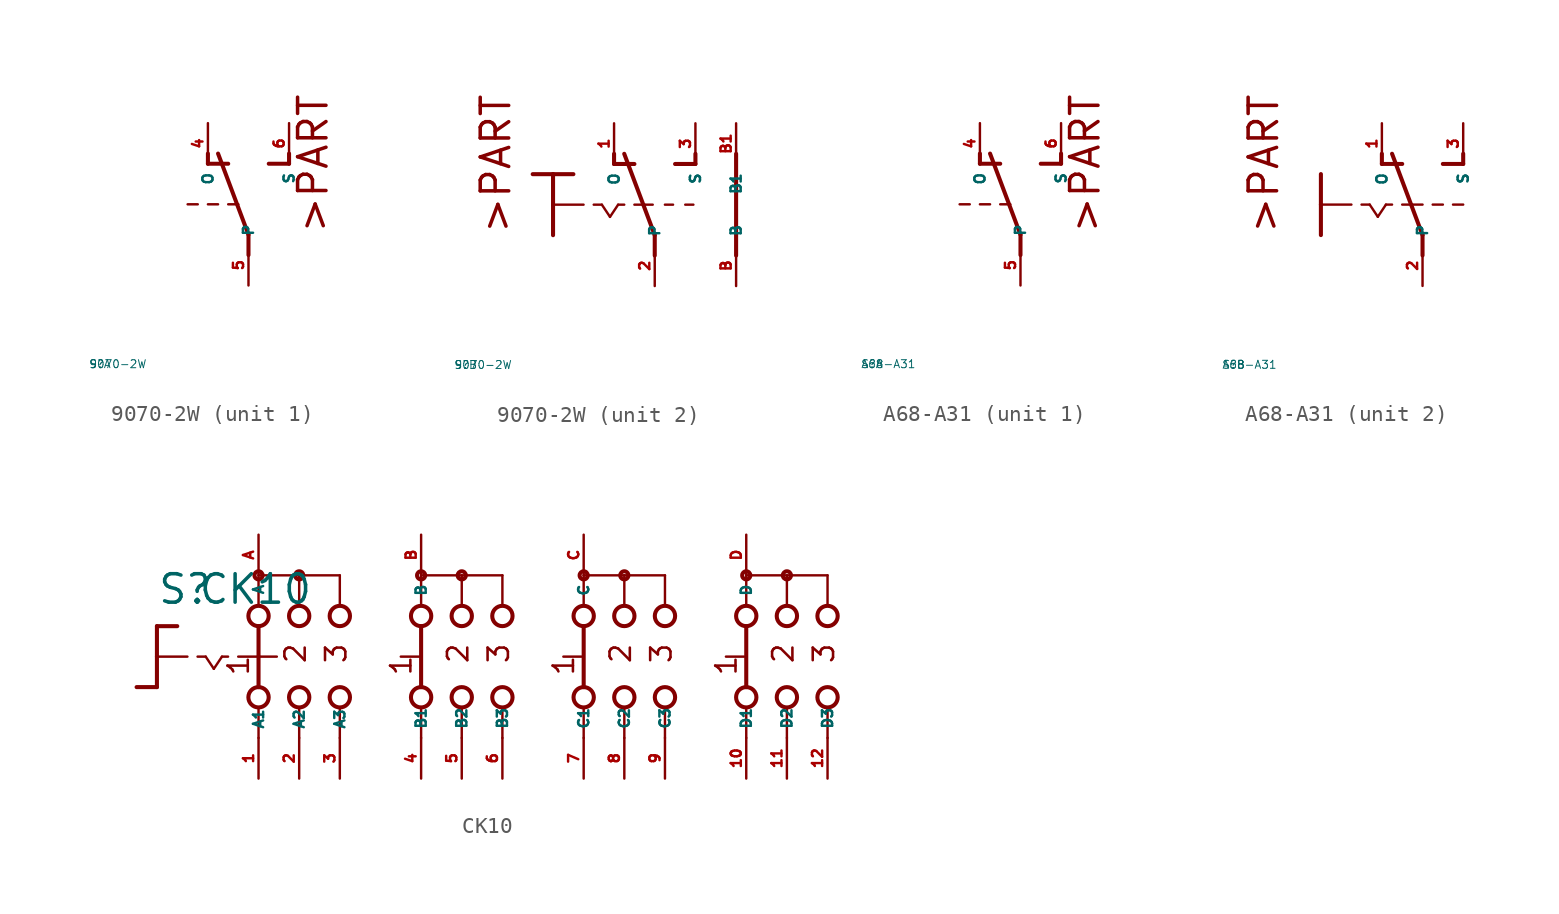
<source format=kicad_sym>
(kicad_symbol_lib
  (version 20220914)
  (generator Eagle2Kicad)
  (symbol "9070-2W"
    (property "Reference" "S"
      (at -10 -10 0)
      (effects (font (size 0.5 0.5) (thickness 0.06)) (justify left)))
    (property "Value" "9070-2W"
      (at -10 -10 0)
      (effects (font (size 0.5 0.5) (thickness 0.06)) (justify left)))
    (symbol "9070-2W_1_0"
      (polyline (pts (xy 0 -3.175) (xy 0 -1.905)) (stroke (width 0.254) (type default)) (fill (type none)))
      (polyline (pts (xy 0 -1.905) (xy -1.905 3.175)) (stroke (width 0.254) (type default)) (fill (type none)))
      (polyline (pts (xy 1.27 2.54) (xy 2.54 2.54)) (stroke (width 0.254) (type default)) (fill (type none)))
      (polyline (pts (xy 2.54 2.54) (xy 2.54 3.175)) (stroke (width 0.254) (type default)) (fill (type none)))
      (polyline (pts (xy -2.54 2.54) (xy -1.27 2.54)) (stroke (width 0.254) (type default)) (fill (type none)))
      (polyline (pts (xy -2.54 2.54) (xy -2.54 3.175)) (stroke (width 0.254) (type default)) (fill (type none)))
      (polyline (pts (xy -0.635 0) (xy -1.27 0)) (stroke (width 0.152) (type default)) (fill (type none)))
      (polyline (pts (xy -1.905 0) (xy -2.54 0)) (stroke (width 0.152) (type default)) (fill (type none)))
      (polyline (pts (xy -3.175 0) (xy -3.81 0)) (stroke (width 0.152) (type default)) (fill (type none)))
      (text ">PART" (at 5.08 -1.905 900) (effects (font (size 1.778 1.778) (thickness 0.22)) (justify left bottom)))
      (pin passive line (at 0 -5.08 90) (length 2.54) (name "P" (effects (font (size 0.635 0.635) (thickness 0.08)) (justify left bottom))) (number "5" (effects (font (size 0.635 0.635) (thickness 0.08)) (justify left bottom))))
      (pin passive line (at 2.54 5.08 270) (length 2.54) (name "S" (effects (font (size 0.635 0.635) (thickness 0.08)) (justify left bottom))) (number "6" (effects (font (size 0.635 0.635) (thickness 0.08)) (justify left bottom))))
      (pin passive line (at -2.54 5.08 270) (length 2.54) (name "O" (effects (font (size 0.635 0.635) (thickness 0.08)) (justify left bottom))) (number "4" (effects (font (size 0.635 0.635) (thickness 0.08)) (justify left bottom)))))
    (symbol "9070-2W_2_0"
      (polyline (pts (xy -3.81 1.905) (xy -2.54 1.905)) (stroke (width 0.254) (type default)) (fill (type none)))
      (polyline (pts (xy -3.81 1.905) (xy -3.81 0)) (stroke (width 0.254) (type default)) (fill (type none)))
      (polyline (pts (xy -3.81 0) (xy -1.905 0)) (stroke (width 0.152) (type default)) (fill (type none)))
      (polyline (pts (xy -3.81 0) (xy -3.81 -1.905)) (stroke (width 0.254) (type default)) (fill (type none)))
      (polyline (pts (xy -1.27 0) (xy -0.762 0)) (stroke (width 0.152) (type default)) (fill (type none)))
      (polyline (pts (xy -5.08 1.905) (xy -3.81 1.905)) (stroke (width 0.254) (type default)) (fill (type none)))
      (polyline (pts (xy 0.254 0) (xy 0.635 0)) (stroke (width 0.152) (type default)) (fill (type none)))
      (polyline (pts (xy 1.27 0) (xy 1.905 0)) (stroke (width 0.152) (type default)) (fill (type none)))
      (polyline (pts (xy 2.54 -3.175) (xy 2.54 -1.905)) (stroke (width 0.254) (type default)) (fill (type none)))
      (polyline (pts (xy 2.54 -1.905) (xy 0.635 3.175)) (stroke (width 0.254) (type default)) (fill (type none)))
      (polyline (pts (xy 3.81 2.54) (xy 5.08 2.54)) (stroke (width 0.254) (type default)) (fill (type none)))
      (polyline (pts (xy 5.08 2.54) (xy 5.08 3.175)) (stroke (width 0.254) (type default)) (fill (type none)))
      (polyline (pts (xy 0 2.54) (xy 1.27 2.54)) (stroke (width 0.254) (type default)) (fill (type none)))
      (polyline (pts (xy 0 2.54) (xy 0 3.175)) (stroke (width 0.254) (type default)) (fill (type none)))
      (polyline (pts (xy -0.762 0) (xy -0.254 -0.762)) (stroke (width 0.152) (type default)) (fill (type none)))
      (polyline (pts (xy -0.254 -0.762) (xy 0.254 0)) (stroke (width 0.152) (type default)) (fill (type none)))
      (polyline (pts (xy 1.905 0) (xy 2.413 0)) (stroke (width 0.152) (type default)) (fill (type none)))
      (polyline (pts (xy 3.175 0) (xy 3.683 0)) (stroke (width 0.152) (type default)) (fill (type none)))
      (polyline (pts (xy 4.445 0) (xy 4.953 0)) (stroke (width 0.152) (type default)) (fill (type none)))
      (polyline (pts (xy 7.62 -3.175) (xy 7.62 3.175)) (stroke (width 0.254) (type default)) (fill (type none)))
      (text ">PART" (at -6.35 -1.905 900) (effects (font (size 1.778 1.778) (thickness 0.22)) (justify left bottom)))
      (pin passive line (at 2.54 -5.08 90) (length 2.54) (name "P" (effects (font (size 0.635 0.635) (thickness 0.08)) (justify left bottom))) (number "2" (effects (font (size 0.635 0.635) (thickness 0.08)) (justify left bottom))))
      (pin passive line (at 5.08 5.08 270) (length 2.54) (name "S" (effects (font (size 0.635 0.635) (thickness 0.08)) (justify left bottom))) (number "3" (effects (font (size 0.635 0.635) (thickness 0.08)) (justify left bottom))))
      (pin passive line (at 0 5.08 270) (length 2.54) (name "O" (effects (font (size 0.635 0.635) (thickness 0.08)) (justify left bottom))) (number "1" (effects (font (size 0.635 0.635) (thickness 0.08)) (justify left bottom))))
      (pin passive line (at 7.62 -5.08 90) (length 2.54) (name "B" (effects (font (size 0.635 0.635) (thickness 0.08)) (justify left bottom))) (number "B" (effects (font (size 0.635 0.635) (thickness 0.08)) (justify left bottom))))
      (pin passive line (at 7.62 5.08 270) (length 2.54) (name "B1" (effects (font (size 0.635 0.635) (thickness 0.08)) (justify left bottom))) (number "B1" (effects (font (size 0.635 0.635) (thickness 0.08)) (justify left bottom))))))
  (symbol "A68-A31"
    (property "Reference" "S"
      (at -10 -10 0)
      (effects (font (size 0.5 0.5) (thickness 0.06)) (justify left)))
    (property "Value" "A68-A31"
      (at -10 -10 0)
      (effects (font (size 0.5 0.5) (thickness 0.06)) (justify left)))
    (symbol "A68-A31_1_0"
      (polyline (pts (xy 0 -3.175) (xy 0 -1.905)) (stroke (width 0.254) (type default)) (fill (type none)))
      (polyline (pts (xy 0 -1.905) (xy -1.905 3.175)) (stroke (width 0.254) (type default)) (fill (type none)))
      (polyline (pts (xy 1.27 2.54) (xy 2.54 2.54)) (stroke (width 0.254) (type default)) (fill (type none)))
      (polyline (pts (xy 2.54 2.54) (xy 2.54 3.175)) (stroke (width 0.254) (type default)) (fill (type none)))
      (polyline (pts (xy -2.54 2.54) (xy -1.27 2.54)) (stroke (width 0.254) (type default)) (fill (type none)))
      (polyline (pts (xy -2.54 2.54) (xy -2.54 3.175)) (stroke (width 0.254) (type default)) (fill (type none)))
      (polyline (pts (xy -0.635 0) (xy -1.27 0)) (stroke (width 0.152) (type default)) (fill (type none)))
      (polyline (pts (xy -1.905 0) (xy -2.54 0)) (stroke (width 0.152) (type default)) (fill (type none)))
      (polyline (pts (xy -3.175 0) (xy -3.81 0)) (stroke (width 0.152) (type default)) (fill (type none)))
      (text ">PART" (at 5.08 -1.905 900) (effects (font (size 1.778 1.778) (thickness 0.22)) (justify left bottom)))
      (pin passive line (at 0 -5.08 90) (length 2.54) (name "P" (effects (font (size 0.635 0.635) (thickness 0.08)) (justify left bottom))) (number "5" (effects (font (size 0.635 0.635) (thickness 0.08)) (justify left bottom))))
      (pin passive line (at 2.54 5.08 270) (length 2.54) (name "S" (effects (font (size 0.635 0.635) (thickness 0.08)) (justify left bottom))) (number "6" (effects (font (size 0.635 0.635) (thickness 0.08)) (justify left bottom))))
      (pin passive line (at -2.54 5.08 270) (length 2.54) (name "O" (effects (font (size 0.635 0.635) (thickness 0.08)) (justify left bottom))) (number "4" (effects (font (size 0.635 0.635) (thickness 0.08)) (justify left bottom)))))
    (symbol "A68-A31_2_0"
      (polyline (pts (xy -3.81 1.905) (xy -3.81 0)) (stroke (width 0.254) (type default)) (fill (type none)))
      (polyline (pts (xy -3.81 0) (xy -1.905 0)) (stroke (width 0.152) (type default)) (fill (type none)))
      (polyline (pts (xy -3.81 0) (xy -3.81 -1.905)) (stroke (width 0.254) (type default)) (fill (type none)))
      (polyline (pts (xy -1.27 0) (xy -0.762 0)) (stroke (width 0.152) (type default)) (fill (type none)))
      (polyline (pts (xy 0.254 0) (xy 0.635 0)) (stroke (width 0.152) (type default)) (fill (type none)))
      (polyline (pts (xy 2.54 -3.175) (xy 2.54 -1.905)) (stroke (width 0.254) (type default)) (fill (type none)))
      (polyline (pts (xy 2.54 -1.905) (xy 0.635 3.175)) (stroke (width 0.254) (type default)) (fill (type none)))
      (polyline (pts (xy 3.81 2.54) (xy 5.08 2.54)) (stroke (width 0.254) (type default)) (fill (type none)))
      (polyline (pts (xy 5.08 2.54) (xy 5.08 3.175)) (stroke (width 0.254) (type default)) (fill (type none)))
      (polyline (pts (xy 0 2.54) (xy 1.27 2.54)) (stroke (width 0.254) (type default)) (fill (type none)))
      (polyline (pts (xy 0 2.54) (xy 0 3.175)) (stroke (width 0.254) (type default)) (fill (type none)))
      (polyline (pts (xy 1.27 0) (xy 1.905 0)) (stroke (width 0.152) (type default)) (fill (type none)))
      (polyline (pts (xy -0.762 0) (xy -0.254 -0.762)) (stroke (width 0.152) (type default)) (fill (type none)))
      (polyline (pts (xy -0.254 -0.762) (xy 0.254 0)) (stroke (width 0.152) (type default)) (fill (type none)))
      (polyline (pts (xy 1.905 0) (xy 2.54 0)) (stroke (width 0.152) (type default)) (fill (type none)))
      (polyline (pts (xy 3.175 0) (xy 3.81 0)) (stroke (width 0.152) (type default)) (fill (type none)))
      (polyline (pts (xy 4.445 0) (xy 5.08 0)) (stroke (width 0.152) (type default)) (fill (type none)))
      (text ">PART" (at -6.35 -1.905 900) (effects (font (size 1.778 1.778) (thickness 0.22)) (justify left bottom)))
      (pin passive line (at 2.54 -5.08 90) (length 2.54) (name "P" (effects (font (size 0.635 0.635) (thickness 0.08)) (justify left bottom))) (number "2" (effects (font (size 0.635 0.635) (thickness 0.08)) (justify left bottom))))
      (pin passive line (at 5.08 5.08 270) (length 2.54) (name "S" (effects (font (size 0.635 0.635) (thickness 0.08)) (justify left bottom))) (number "3" (effects (font (size 0.635 0.635) (thickness 0.08)) (justify left bottom))))
      (pin passive line (at 0 5.08 270) (length 2.54) (name "O" (effects (font (size 0.635 0.635) (thickness 0.08)) (justify left bottom))) (number "1" (effects (font (size 0.635 0.635) (thickness 0.08)) (justify left bottom))))))
  (symbol "CK10"
    (property "Reference" "S"
      (at -19.05 3.175 0)
      (effects (font (size 1.778 1.778) (thickness 0.22)) (justify left bottom)))
    (property "Value" "CK10"
      (at -16.51 3.175 0)
      (effects (font (size 1.778 1.778) (thickness 0.22)) (justify left bottom)))
    (polyline
      (pts (xy -19.05 1.905) (xy -17.78 1.905))
      (stroke (width 0.254) (type default))
      (fill (type none)))
    (polyline
      (pts (xy -19.05 1.905) (xy -19.05 0))
      (stroke (width 0.254) (type default))
      (fill (type none)))
    (polyline
      (pts (xy -19.05 -1.905) (xy -20.32 -1.905))
      (stroke (width 0.254) (type default))
      (fill (type none)))
    (polyline
      (pts (xy -19.05 0) (xy -17.145 0))
      (stroke (width 0.152) (type default))
      (fill (type none)))
    (polyline
      (pts (xy -19.05 0) (xy -19.05 -1.905))
      (stroke (width 0.254) (type default))
      (fill (type none)))
    (polyline
      (pts (xy -16.51 0) (xy -16.002 0))
      (stroke (width 0.152) (type default))
      (fill (type none)))
    (polyline
      (pts (xy -14.986 0) (xy -14.605 0))
      (stroke (width 0.152) (type default))
      (fill (type none)))
    (polyline
      (pts (xy -16.002 0) (xy -15.494 -0.762))
      (stroke (width 0.152) (type default))
      (fill (type none)))
    (polyline
      (pts (xy -15.494 -0.762) (xy -14.986 0))
      (stroke (width 0.152) (type default))
      (fill (type none)))
    (polyline
      (pts (xy 7.62 3.175) (xy 7.62 5.08))
      (stroke (width 0.152) (type default))
      (fill (type none)))
    (polyline
      (pts (xy 7.62 -5.08) (xy 7.62 -3.175))
      (stroke (width 0.152) (type default))
      (fill (type none)))
    (polyline
      (pts (xy 10.16 3.175) (xy 10.16 5.08))
      (stroke (width 0.152) (type default))
      (fill (type none)))
    (polyline
      (pts (xy 12.7 3.175) (xy 12.7 5.08))
      (stroke (width 0.152) (type default))
      (fill (type none)))
    (polyline
      (pts (xy 17.78 3.175) (xy 17.78 5.08))
      (stroke (width 0.152) (type default))
      (fill (type none)))
    (polyline
      (pts (xy 20.32 3.175) (xy 20.32 5.08))
      (stroke (width 0.152) (type default))
      (fill (type none)))
    (polyline
      (pts (xy 22.86 3.175) (xy 22.86 5.08))
      (stroke (width 0.152) (type default))
      (fill (type none)))
    (polyline
      (pts (xy 7.62 5.08) (xy 10.16 5.08))
      (stroke (width 0.152) (type default))
      (fill (type none)))
    (polyline
      (pts (xy 10.16 5.08) (xy 12.7 5.08))
      (stroke (width 0.152) (type default))
      (fill (type none)))
    (polyline
      (pts (xy 17.78 5.08) (xy 20.32 5.08))
      (stroke (width 0.152) (type default))
      (fill (type none)))
    (polyline
      (pts (xy 20.32 5.08) (xy 22.86 5.08))
      (stroke (width 0.152) (type default))
      (fill (type none)))
    (polyline
      (pts (xy 10.16 -5.08) (xy 10.16 -3.175))
      (stroke (width 0.152) (type default))
      (fill (type none)))
    (polyline
      (pts (xy 12.7 -5.08) (xy 12.7 -3.175))
      (stroke (width 0.152) (type default))
      (fill (type none)))
    (polyline
      (pts (xy 17.78 -5.08) (xy 17.78 -3.175))
      (stroke (width 0.152) (type default))
      (fill (type none)))
    (polyline
      (pts (xy 20.32 -5.08) (xy 20.32 -3.175))
      (stroke (width 0.152) (type default))
      (fill (type none)))
    (polyline
      (pts (xy 22.86 -5.08) (xy 22.86 -3.175))
      (stroke (width 0.152) (type default))
      (fill (type none)))
    (polyline
      (pts (xy 7.62 1.905) (xy 7.62 -1.905))
      (stroke (width 0.254) (type default))
      (fill (type none)))
    (polyline
      (pts (xy 6.35 0) (xy 7.493 0))
      (stroke (width 0.152) (type default))
      (fill (type none)))
    (polyline
      (pts (xy 17.78 1.905) (xy 17.78 -1.905))
      (stroke (width 0.254) (type default))
      (fill (type none)))
    (polyline
      (pts (xy 16.51 0) (xy 17.653 0))
      (stroke (width 0.152) (type default))
      (fill (type none)))
    (polyline
      (pts (xy -13.97 0) (xy -12.827 0))
      (stroke (width 0.152) (type default))
      (fill (type none)))
    (polyline
      (pts (xy -10.16 3.175) (xy -10.16 5.08))
      (stroke (width 0.152) (type default))
      (fill (type none)))
    (polyline
      (pts (xy -7.62 3.175) (xy -7.62 5.08))
      (stroke (width 0.152) (type default))
      (fill (type none)))
    (polyline
      (pts (xy -10.16 -5.08) (xy -10.16 -3.175))
      (stroke (width 0.152) (type default))
      (fill (type none)))
    (polyline
      (pts (xy -7.62 -5.08) (xy -7.62 -3.175))
      (stroke (width 0.152) (type default))
      (fill (type none)))
    (polyline
      (pts (xy -7.62 5.08) (xy -10.16 5.08))
      (stroke (width 0.152) (type default))
      (fill (type none)))
    (polyline
      (pts (xy -2.54 -5.08) (xy -2.54 -3.175))
      (stroke (width 0.152) (type default))
      (fill (type none)))
    (polyline
      (pts (xy 0 -5.08) (xy 0 -3.175))
      (stroke (width 0.152) (type default))
      (fill (type none)))
    (polyline
      (pts (xy -2.54 3.175) (xy -2.54 5.08))
      (stroke (width 0.152) (type default))
      (fill (type none)))
    (polyline
      (pts (xy 0 3.175) (xy 0 5.08))
      (stroke (width 0.152) (type default))
      (fill (type none)))
    (polyline
      (pts (xy -2.54 5.08) (xy 0 5.08))
      (stroke (width 0.152) (type default))
      (fill (type none)))
    (polyline
      (pts (xy -12.7 5.08) (xy -12.7 3.175))
      (stroke (width 0.152) (type default))
      (fill (type none)))
    (polyline
      (pts (xy -12.7 1.905) (xy -12.7 0))
      (stroke (width 0.254) (type default))
      (fill (type none)))
    (polyline
      (pts (xy -12.7 -3.175) (xy -12.7 -5.08))
      (stroke (width 0.152) (type default))
      (fill (type none)))
    (polyline
      (pts (xy -10.16 5.08) (xy -12.7 5.08))
      (stroke (width 0.152) (type default))
      (fill (type none)))
    (polyline
      (pts (xy 2.54 3.175) (xy 2.54 5.08))
      (stroke (width 0.152) (type default))
      (fill (type none)))
    (polyline
      (pts (xy 2.54 -5.08) (xy 2.54 -3.175))
      (stroke (width 0.152) (type default))
      (fill (type none)))
    (polyline
      (pts (xy -12.7 0) (xy -11.557 0))
      (stroke (width 0.152) (type default))
      (fill (type none)))
    (polyline
      (pts (xy -12.7 0) (xy -12.7 -1.905))
      (stroke (width 0.254) (type default))
      (fill (type none)))
    (polyline
      (pts (xy -3.81 0) (xy -2.667 0))
      (stroke (width 0.152) (type default))
      (fill (type none)))
    (polyline
      (pts (xy -2.54 1.905) (xy -2.54 -1.905))
      (stroke (width 0.254) (type default))
      (fill (type none)))
    (polyline
      (pts (xy 0 5.08) (xy 2.54 5.08))
      (stroke (width 0.152) (type default))
      (fill (type none)))
    (text "1"
      (at 17.272 -1.27 900)
      (effects (font (size 1.27 1.27) (thickness 0.16)) (justify left bottom)))
    (text "2"
      (at 20.828 -0.508 900)
      (effects (font (size 1.27 1.27) (thickness 0.16)) (justify left bottom)))
    (text "3"
      (at 23.368 -0.508 900)
      (effects (font (size 1.27 1.27) (thickness 0.16)) (justify left bottom)))
    (text "1"
      (at -13.208 -1.27 900)
      (effects (font (size 1.27 1.27) (thickness 0.16)) (justify left bottom)))
    (text "2"
      (at -9.652 -0.508 900)
      (effects (font (size 1.27 1.27) (thickness 0.16)) (justify left bottom)))
    (text "3"
      (at -7.112 -0.508 900)
      (effects (font (size 1.27 1.27) (thickness 0.16)) (justify left bottom)))
    (text "1"
      (at -3.048 -1.27 900)
      (effects (font (size 1.27 1.27) (thickness 0.16)) (justify left bottom)))
    (text "2"
      (at 0.508 -0.508 900)
      (effects (font (size 1.27 1.27) (thickness 0.16)) (justify left bottom)))
    (text "3"
      (at 3.048 -0.508 900)
      (effects (font (size 1.27 1.27) (thickness 0.16)) (justify left bottom)))
    (text "1"
      (at 7.112 -1.27 900)
      (effects (font (size 1.27 1.27) (thickness 0.16)) (justify left bottom)))
    (text "2"
      (at 10.668 -0.508 900)
      (effects (font (size 1.27 1.27) (thickness 0.16)) (justify left bottom)))
    (text "3"
      (at 13.208 -0.508 900)
      (effects (font (size 1.27 1.27) (thickness 0.16)) (justify left bottom)))
    (circle
      (center 7.62 5.08)
      (radius 0.254)
      (stroke (width 0.254) (type default))
      (fill (type none)))
    (circle
      (center 7.62 2.54)
      (radius 0.635)
      (stroke (width 0.254) (type default))
      (fill (type none)))
    (circle
      (center 7.62 -2.54)
      (radius 0.635)
      (stroke (width 0.254) (type default))
      (fill (type none)))
    (circle
      (center 10.16 2.54)
      (radius 0.635)
      (stroke (width 0.254) (type default))
      (fill (type none)))
    (circle
      (center 12.7 2.54)
      (radius 0.635)
      (stroke (width 0.254) (type default))
      (fill (type none)))
    (circle
      (center 17.78 2.54)
      (radius 0.635)
      (stroke (width 0.254) (type default))
      (fill (type none)))
    (circle
      (center 20.32 2.54)
      (radius 0.635)
      (stroke (width 0.254) (type default))
      (fill (type none)))
    (circle
      (center 22.86 2.54)
      (radius 0.635)
      (stroke (width 0.254) (type default))
      (fill (type none)))
    (circle
      (center 10.16 5.08)
      (radius 0.254)
      (stroke (width 0.254) (type default))
      (fill (type none)))
    (circle
      (center 17.78 5.08)
      (radius 0.254)
      (stroke (width 0.254) (type default))
      (fill (type none)))
    (circle
      (center 20.32 5.08)
      (radius 0.254)
      (stroke (width 0.254) (type default))
      (fill (type none)))
    (circle
      (center 10.16 -2.54)
      (radius 0.635)
      (stroke (width 0.254) (type default))
      (fill (type none)))
    (circle
      (center 12.7 -2.54)
      (radius 0.635)
      (stroke (width 0.254) (type default))
      (fill (type none)))
    (circle
      (center 17.78 -2.54)
      (radius 0.635)
      (stroke (width 0.254) (type default))
      (fill (type none)))
    (circle
      (center 20.32 -2.54)
      (radius 0.635)
      (stroke (width 0.254) (type default))
      (fill (type none)))
    (circle
      (center 22.86 -2.54)
      (radius 0.635)
      (stroke (width 0.254) (type default))
      (fill (type none)))
    (circle
      (center -12.7 5.08)
      (radius 0.254)
      (stroke (width 0.254) (type default))
      (fill (type none)))
    (circle
      (center -10.16 5.08)
      (radius 0.254)
      (stroke (width 0.254) (type default))
      (fill (type none)))
    (circle
      (center -12.7 2.54)
      (radius 0.635)
      (stroke (width 0.254) (type default))
      (fill (type none)))
    (circle
      (center -10.16 2.54)
      (radius 0.635)
      (stroke (width 0.254) (type default))
      (fill (type none)))
    (circle
      (center -7.62 2.54)
      (radius 0.635)
      (stroke (width 0.254) (type default))
      (fill (type none)))
    (circle
      (center -12.7 -2.54)
      (radius 0.635)
      (stroke (width 0.254) (type default))
      (fill (type none)))
    (circle
      (center -10.16 -2.54)
      (radius 0.635)
      (stroke (width 0.254) (type default))
      (fill (type none)))
    (circle
      (center -7.62 -2.54)
      (radius 0.635)
      (stroke (width 0.254) (type default))
      (fill (type none)))
    (circle
      (center -2.54 5.08)
      (radius 0.254)
      (stroke (width 0.254) (type default))
      (fill (type none)))
    (circle
      (center -2.54 2.54)
      (radius 0.635)
      (stroke (width 0.254) (type default))
      (fill (type none)))
    (circle
      (center -2.54 -2.54)
      (radius 0.635)
      (stroke (width 0.254) (type default))
      (fill (type none)))
    (circle
      (center 0 2.54)
      (radius 0.635)
      (stroke (width 0.254) (type default))
      (fill (type none)))
    (circle
      (center 0 -2.54)
      (radius 0.635)
      (stroke (width 0.254) (type default))
      (fill (type none)))
    (circle
      (center 2.54 2.54)
      (radius 0.635)
      (stroke (width 0.254) (type default))
      (fill (type none)))
    (circle
      (center 2.54 -2.54)
      (radius 0.635)
      (stroke (width 0.254) (type default))
      (fill (type none)))
    (circle
      (center 0 5.08)
      (radius 0.254)
      (stroke (width 0.254) (type default))
      (fill (type none)))
    (pin passive line
      (at -12.7 -7.62 90)
      (length 2.54)
      (name "A1" (effects (font (size 0.635 0.635) (thickness 0.08)) (justify left bottom)))
      (number "1" (effects (font (size 0.635 0.635) (thickness 0.08)) (justify left bottom))))
    (pin passive line
      (at -12.7 7.62 270)
      (length 2.54)
      (name "A" (effects (font (size 0.635 0.635) (thickness 0.08)) (justify left bottom)))
      (number "A" (effects (font (size 0.635 0.635) (thickness 0.08)) (justify left bottom))))
    (pin passive line
      (at -10.16 -7.62 90)
      (length 2.54)
      (name "A2" (effects (font (size 0.635 0.635) (thickness 0.08)) (justify left bottom)))
      (number "2" (effects (font (size 0.635 0.635) (thickness 0.08)) (justify left bottom))))
    (pin passive line
      (at -7.62 -7.62 90)
      (length 2.54)
      (name "A3" (effects (font (size 0.635 0.635) (thickness 0.08)) (justify left bottom)))
      (number "3" (effects (font (size 0.635 0.635) (thickness 0.08)) (justify left bottom))))
    (pin passive line
      (at -2.54 -7.62 90)
      (length 2.54)
      (name "B1" (effects (font (size 0.635 0.635) (thickness 0.08)) (justify left bottom)))
      (number "4" (effects (font (size 0.635 0.635) (thickness 0.08)) (justify left bottom))))
    (pin passive line
      (at 0 -7.62 90)
      (length 2.54)
      (name "B2" (effects (font (size 0.635 0.635) (thickness 0.08)) (justify left bottom)))
      (number "5" (effects (font (size 0.635 0.635) (thickness 0.08)) (justify left bottom))))
    (pin passive line
      (at 2.54 -7.62 90)
      (length 2.54)
      (name "B3" (effects (font (size 0.635 0.635) (thickness 0.08)) (justify left bottom)))
      (number "6" (effects (font (size 0.635 0.635) (thickness 0.08)) (justify left bottom))))
    (pin passive line
      (at 7.62 -7.62 90)
      (length 2.54)
      (name "C1" (effects (font (size 0.635 0.635) (thickness 0.08)) (justify left bottom)))
      (number "7" (effects (font (size 0.635 0.635) (thickness 0.08)) (justify left bottom))))
    (pin passive line
      (at 10.16 -7.62 90)
      (length 2.54)
      (name "C2" (effects (font (size 0.635 0.635) (thickness 0.08)) (justify left bottom)))
      (number "8" (effects (font (size 0.635 0.635) (thickness 0.08)) (justify left bottom))))
    (pin passive line
      (at 12.7 -7.62 90)
      (length 2.54)
      (name "C3" (effects (font (size 0.635 0.635) (thickness 0.08)) (justify left bottom)))
      (number "9" (effects (font (size 0.635 0.635) (thickness 0.08)) (justify left bottom))))
    (pin passive line
      (at 17.78 -7.62 90)
      (length 2.54)
      (name "D1" (effects (font (size 0.635 0.635) (thickness 0.08)) (justify left bottom)))
      (number "10" (effects (font (size 0.635 0.635) (thickness 0.08)) (justify left bottom))))
    (pin passive line
      (at 20.32 -7.62 90)
      (length 2.54)
      (name "D2" (effects (font (size 0.635 0.635) (thickness 0.08)) (justify left bottom)))
      (number "11" (effects (font (size 0.635 0.635) (thickness 0.08)) (justify left bottom))))
    (pin passive line
      (at 22.86 -7.62 90)
      (length 2.54)
      (name "D3" (effects (font (size 0.635 0.635) (thickness 0.08)) (justify left bottom)))
      (number "12" (effects (font (size 0.635 0.635) (thickness 0.08)) (justify left bottom))))
    (pin passive line
      (at 7.62 7.62 270)
      (length 2.54)
      (name "C" (effects (font (size 0.635 0.635) (thickness 0.08)) (justify left bottom)))
      (number "C" (effects (font (size 0.635 0.635) (thickness 0.08)) (justify left bottom))))
    (pin passive line
      (at 17.78 7.62 270)
      (length 2.54)
      (name "D" (effects (font (size 0.635 0.635) (thickness 0.08)) (justify left bottom)))
      (number "D" (effects (font (size 0.635 0.635) (thickness 0.08)) (justify left bottom))))
    (pin passive line
      (at -2.54 7.62 270)
      (length 2.54)
      (name "B" (effects (font (size 0.635 0.635) (thickness 0.08)) (justify left bottom)))
      (number "B" (effects (font (size 0.635 0.635) (thickness 0.08)) (justify left bottom))))))
</source>
